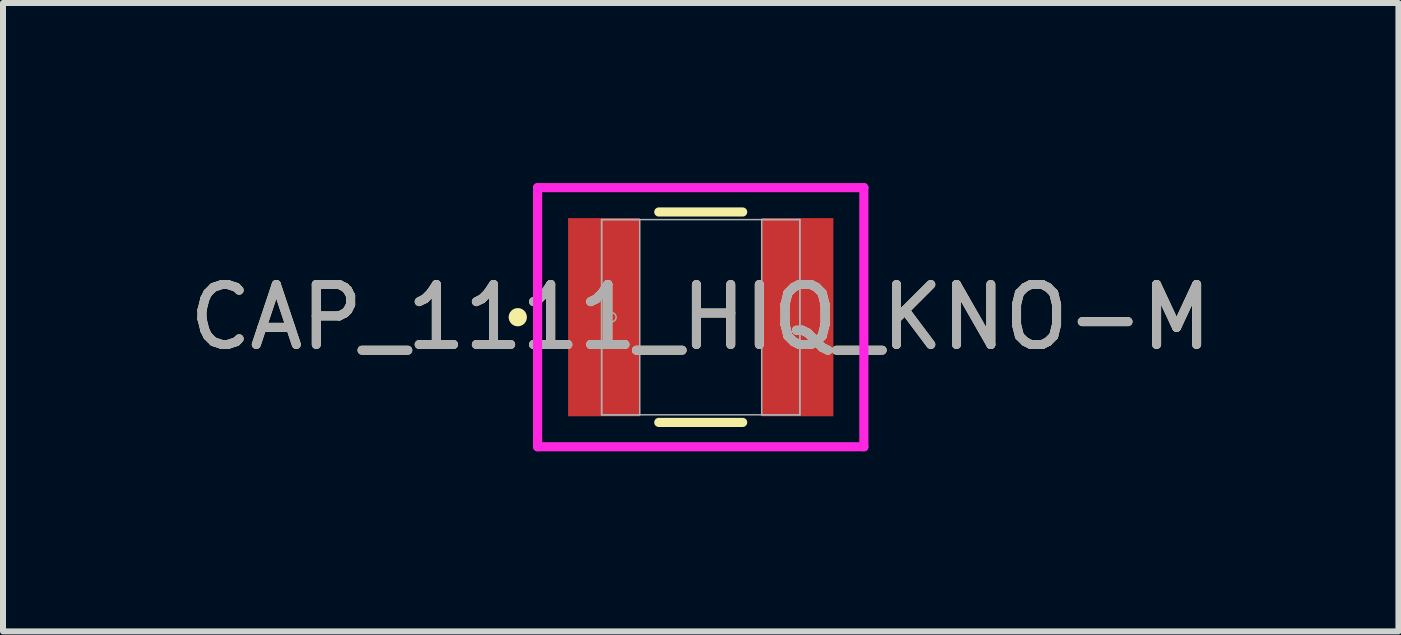
<source format=kicad_pcb>
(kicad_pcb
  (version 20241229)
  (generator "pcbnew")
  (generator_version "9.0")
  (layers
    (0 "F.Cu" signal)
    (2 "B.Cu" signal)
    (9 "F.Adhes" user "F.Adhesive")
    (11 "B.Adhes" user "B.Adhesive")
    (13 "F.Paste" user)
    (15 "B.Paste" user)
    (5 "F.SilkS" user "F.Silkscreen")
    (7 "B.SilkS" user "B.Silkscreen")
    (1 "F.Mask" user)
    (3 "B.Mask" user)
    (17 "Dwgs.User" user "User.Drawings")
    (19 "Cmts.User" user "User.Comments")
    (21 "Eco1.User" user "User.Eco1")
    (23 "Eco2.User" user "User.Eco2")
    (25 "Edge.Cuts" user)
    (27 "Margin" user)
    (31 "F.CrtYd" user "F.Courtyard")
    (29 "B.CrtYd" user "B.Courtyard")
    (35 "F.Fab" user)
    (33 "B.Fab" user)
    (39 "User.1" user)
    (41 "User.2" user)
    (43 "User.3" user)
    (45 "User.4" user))
  (footprint "CAP_1111_HIQ_KNO-M"
    (layer "F.Cu")
    (at 8.625 2.235)
    (property "Reference" "CAP_1111_HIQ_KNO-M" (at 0 0 0) (unlocked yes) (layer "F.SilkS") (effects (font (size 1 1) (thickness 0.15))))
    (attr smd)
    (fp_line (start -0.699 1.753) (end 0.699 1.753) (stroke (width 0.152) (type solid)) (layer "F.SilkS"))
    (fp_line (start 0.699 -1.753) (end -0.699 -1.753) (stroke (width 0.152) (type solid)) (layer "F.SilkS"))
    (fp_circle (center -3.048 0) (end -2.972 0) (stroke (width 0.152) (type solid)) (fill no) (layer "F.SilkS"))
    (fp_line (start -2.718 -2.159) (end 2.718 -2.159) (stroke (width 0.152) (type solid)) (layer "F.CrtYd"))
    (fp_line (start -2.718 2.159) (end -2.718 -2.159) (stroke (width 0.152) (type solid)) (layer "F.CrtYd"))
    (fp_line (start 2.718 -2.159) (end 2.718 2.159) (stroke (width 0.152) (type solid)) (layer "F.CrtYd"))
    (fp_line (start 2.718 2.159) (end -2.718 2.159) (stroke (width 0.152) (type solid)) (layer "F.CrtYd"))
    (fp_line (start -1.651 -1.626) (end -1.651 1.626) (stroke (width 0.025) (type solid)) (layer "F.Fab"))
    (fp_line (start -1.651 -1.626) (end -1.651 1.626) (stroke (width 0.025) (type solid)) (layer "F.Fab"))
    (fp_line (start -1.651 1.626) (end -1.016 1.626) (stroke (width 0.025) (type solid)) (layer "F.Fab"))
    (fp_line (start -1.651 1.626) (end 1.651 1.626) (stroke (width 0.025) (type solid)) (layer "F.Fab"))
    (fp_line (start -1.016 -1.626) (end -1.651 -1.626) (stroke (width 0.025) (type solid)) (layer "F.Fab"))
    (fp_line (start -1.016 1.626) (end -1.016 -1.626) (stroke (width 0.025) (type solid)) (layer "F.Fab"))
    (fp_line (start 1.016 -1.626) (end 1.016 1.626) (stroke (width 0.025) (type solid)) (layer "F.Fab"))
    (fp_line (start 1.016 1.626) (end 1.651 1.626) (stroke (width 0.025) (type solid)) (layer "F.Fab"))
    (fp_line (start 1.651 -1.626) (end -1.651 -1.626) (stroke (width 0.025) (type solid)) (layer "F.Fab"))
    (fp_line (start 1.651 -1.626) (end 1.016 -1.626) (stroke (width 0.025) (type solid)) (layer "F.Fab"))
    (fp_line (start 1.651 1.626) (end 1.651 -1.626) (stroke (width 0.025) (type solid)) (layer "F.Fab"))
    (fp_line (start 1.651 1.626) (end 1.651 -1.626) (stroke (width 0.025) (type solid)) (layer "F.Fab"))
    (fp_circle (center -1.486 0) (end -1.41 0) (stroke (width 0.025) (type solid)) (fill no) (layer "F.Fab"))
    (fp_text user "${REFERENCE}" (at 0 0 0) (unlocked yes) (layer "F.Fab") (effects (font (size 1 1) (thickness 0.15))))
    (pad "1" smd rect (at -1.613 0) (size 1.194 3.302) (layers "F.Cu" "F.Mask" "F.Paste"))
    (pad "2" smd rect (at 1.613 0) (size 1.194 3.302) (layers "F.Cu" "F.Mask" "F.Paste"))
    (zone (net_name "") (layer "F.Cu") (hatch full 0.508) (connect_pads) (min_thickness 0.254) (filled_areas_thickness no) (keepout (tracks not_allowed) (vias not_allowed) (pads allowed) (copperpour not_allowed) (footprints allowed)) (placement (enabled no)) (fill) (polygon (pts (xy 7.66 0.66) (xy 9.59 0.66) (xy 9.59 3.81) (xy 7.66 3.81)))))
  (gr_rect
    (start -3 -3)
    (end 20.25 7.47)
    (stroke (width 0.1) (type default))
    (fill no)
    (layer "Edge.Cuts")))
</source>
